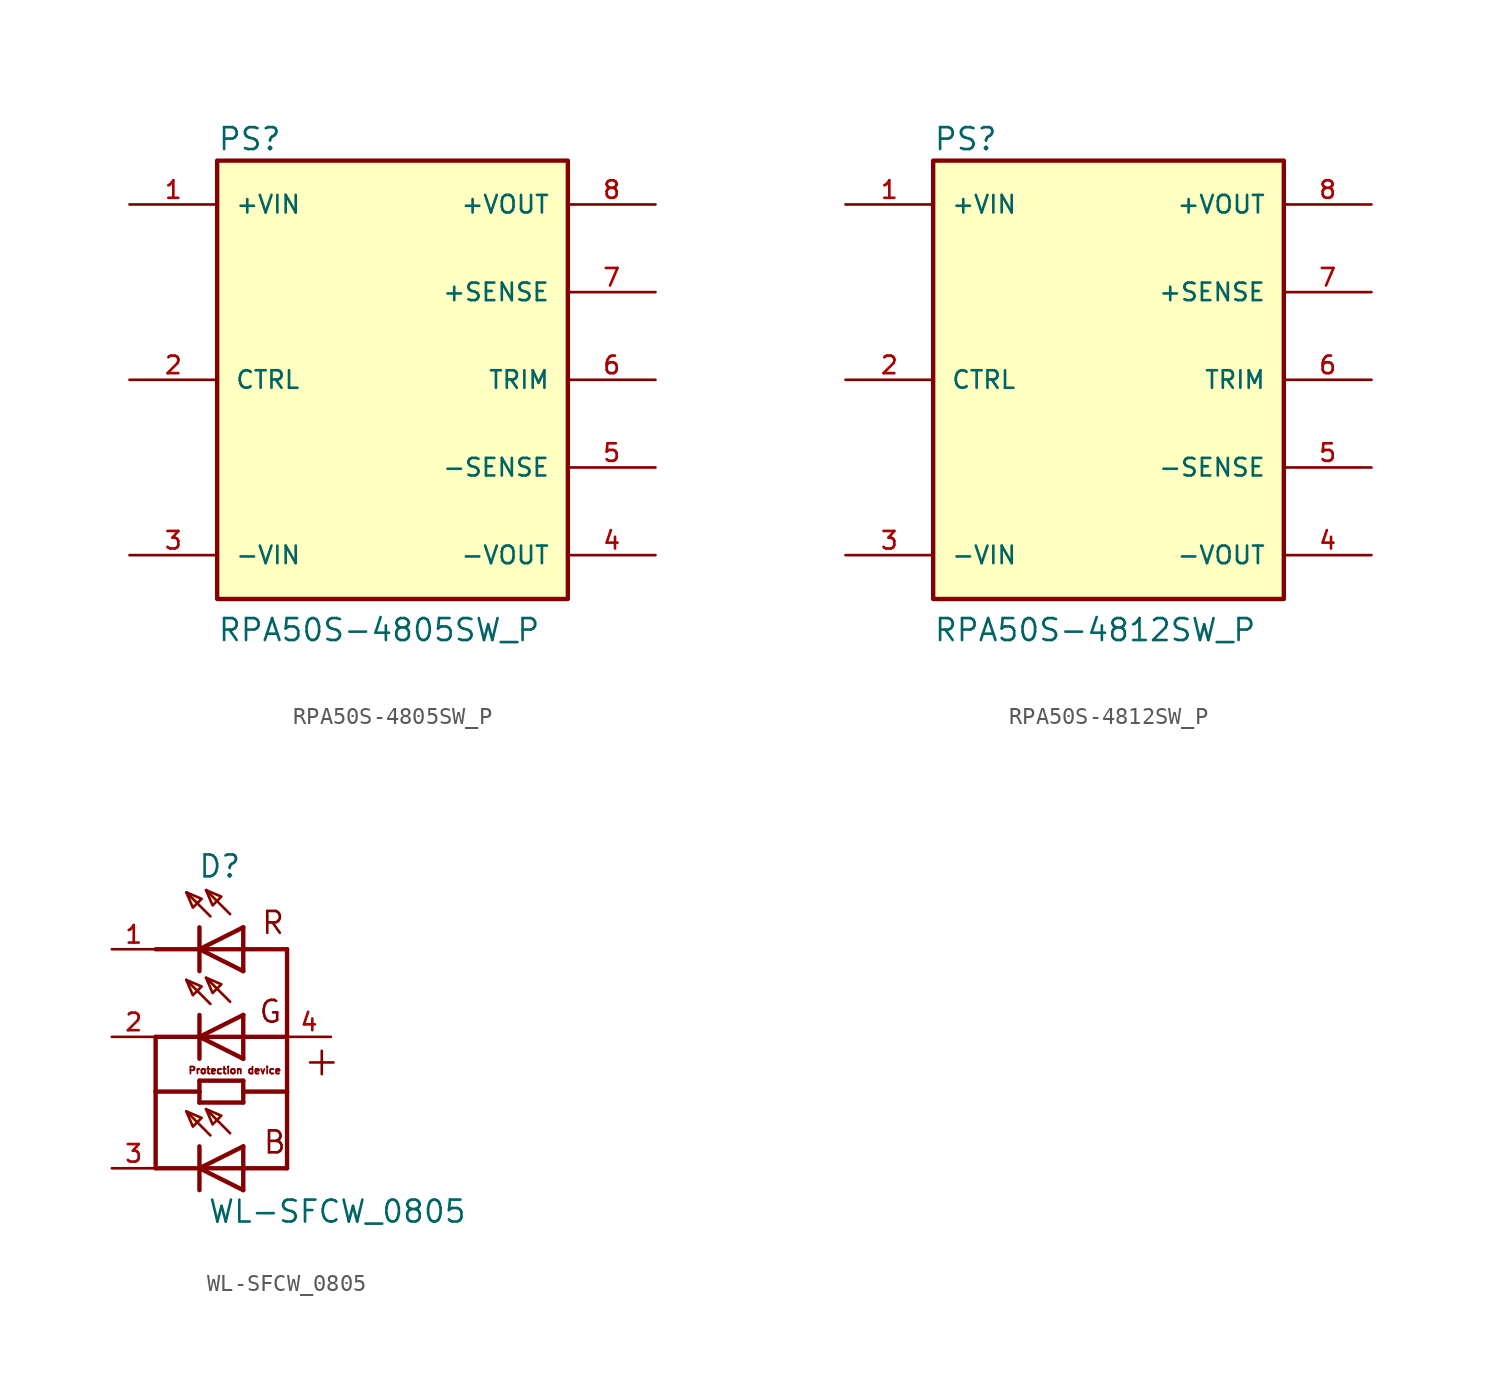
<source format=kicad_sym>
(kicad_symbol_lib
  (version 20211014)
  (generator kicad_symbol_editor)
  (symbol "RPA50S-4805SW_P"
    (pin_names
      (offset 1.016))
    (property "Reference" "PS"
      (at -10.16 13.208 0)
      (effects (font (size 1.27 1.27)) (justify left bottom)))
    (property "Value" "RPA50S-4805SW_P"
      (at -10.16 -15.24 0)
      (effects (font (size 1.27 1.27)) (justify left bottom)))
    (property "ki_locked" ""
      (at 0 0 0)
      (effects (font (size 1.27 1.27))))
    (symbol "RPA50S-4805SW_P_0_0"
      (rectangle (start -10.16 -12.7) (end 10.16 12.7) (stroke (width 0.254) (type default) (color 0 0 0 0)) (fill (type background)))
      (pin input line (at -15.24 10.16 0) (length 5.08) (name "+VIN" (effects (font (size 1.016 1.016)))) (number "1" (effects (font (size 1.016 1.016)))))
      (pin input line (at -15.24 0 0) (length 5.08) (name "CTRL" (effects (font (size 1.016 1.016)))) (number "2" (effects (font (size 1.016 1.016)))))
      (pin input line (at -15.24 -10.16 0) (length 5.08) (name "-VIN" (effects (font (size 1.016 1.016)))) (number "3" (effects (font (size 1.016 1.016)))))
      (pin output line (at 15.24 -10.16 180) (length 5.08) (name "-VOUT" (effects (font (size 1.016 1.016)))) (number "4" (effects (font (size 1.016 1.016)))))
      (pin input line (at 15.24 -5.08 180) (length 5.08) (name "-SENSE" (effects (font (size 1.016 1.016)))) (number "5" (effects (font (size 1.016 1.016)))))
      (pin passive line (at 15.24 0 180) (length 5.08) (name "TRIM" (effects (font (size 1.016 1.016)))) (number "6" (effects (font (size 1.016 1.016)))))
      (pin input line (at 15.24 5.08 180) (length 5.08) (name "+SENSE" (effects (font (size 1.016 1.016)))) (number "7" (effects (font (size 1.016 1.016)))))
      (pin output line (at 15.24 10.16 180) (length 5.08) (name "+VOUT" (effects (font (size 1.016 1.016)))) (number "8" (effects (font (size 1.016 1.016)))))))
  (symbol "RPA50S-4812SW_P"
    (pin_names
      (offset 1.016))
    (property "Reference" "PS"
      (at -10.16 13.208 0)
      (effects (font (size 1.27 1.27)) (justify left bottom)))
    (property "Value" "RPA50S-4812SW_P"
      (at -10.16 -15.24 0)
      (effects (font (size 1.27 1.27)) (justify left bottom)))
    (property "ki_locked" ""
      (at 0 0 0)
      (effects (font (size 1.27 1.27))))
    (symbol "RPA50S-4812SW_P_0_0"
      (rectangle (start -10.16 -12.7) (end 10.16 12.7) (stroke (width 0.254) (type default) (color 0 0 0 0)) (fill (type background)))
      (pin input line (at -15.24 10.16 0) (length 5.08) (name "+VIN" (effects (font (size 1.016 1.016)))) (number "1" (effects (font (size 1.016 1.016)))))
      (pin input line (at -15.24 0 0) (length 5.08) (name "CTRL" (effects (font (size 1.016 1.016)))) (number "2" (effects (font (size 1.016 1.016)))))
      (pin input line (at -15.24 -10.16 0) (length 5.08) (name "-VIN" (effects (font (size 1.016 1.016)))) (number "3" (effects (font (size 1.016 1.016)))))
      (pin output line (at 15.24 -10.16 180) (length 5.08) (name "-VOUT" (effects (font (size 1.016 1.016)))) (number "4" (effects (font (size 1.016 1.016)))))
      (pin bidirectional line (at 15.24 -5.08 180) (length 5.08) (name "-SENSE" (effects (font (size 1.016 1.016)))) (number "5" (effects (font (size 1.016 1.016)))))
      (pin passive line (at 15.24 0 180) (length 5.08) (name "TRIM" (effects (font (size 1.016 1.016)))) (number "6" (effects (font (size 1.016 1.016)))))
      (pin bidirectional line (at 15.24 5.08 180) (length 5.08) (name "+SENSE" (effects (font (size 1.016 1.016)))) (number "7" (effects (font (size 1.016 1.016)))))
      (pin output line (at 15.24 10.16 180) (length 5.08) (name "+VOUT" (effects (font (size 1.016 1.016)))) (number "8" (effects (font (size 1.016 1.016)))))))
  (symbol "WL-SFCW_0805"
    (pin_names
      (offset 1.016) hide)
    (property "Reference" "D"
      (at -2.642 14.224 0)
      (effects (font (size 1.27 1.27)) (justify left bottom)))
    (property "Value" "WL-SFCW_0805"
      (at -2.083 -5.791 0)
      (effects (font (size 1.27 1.27)) (justify left bottom)))
    (property "ki_locked" ""
      (at 0 0 0)
      (effects (font (size 1.27 1.27))))
    (symbol "WL-SFCW_0805_0_0"
      (polyline (pts (xy -5.08 1.905) (xy -5.08 -2.54)) (stroke (width 0.254) (type default) (color 0 0 0 0)) (fill (type none)))
      (polyline (pts (xy -5.08 1.905) (xy -2.54 1.905)) (stroke (width 0.254) (type default) (color 0 0 0 0)) (fill (type none)))
      (polyline (pts (xy -5.08 5.08) (xy -5.08 1.905)) (stroke (width 0.254) (type default) (color 0 0 0 0)) (fill (type none)))
      (polyline (pts (xy -2.54 -3.81) (xy -2.54 -2.54)) (stroke (width 0.254) (type default) (color 0 0 0 0)) (fill (type none)))
      (polyline (pts (xy -2.54 -2.54) (xy -5.08 -2.54)) (stroke (width 0.254) (type default) (color 0 0 0 0)) (fill (type none)))
      (polyline (pts (xy -2.54 -2.54) (xy -2.54 -1.27)) (stroke (width 0.254) (type default) (color 0 0 0 0)) (fill (type none)))
      (polyline (pts (xy -2.54 -2.54) (xy 0 -2.54)) (stroke (width 0.254) (type default) (color 0 0 0 0)) (fill (type none)))
      (polyline (pts (xy -2.54 -2.54) (xy 0 -1.27)) (stroke (width 0.254) (type default) (color 0 0 0 0)) (fill (type none)))
      (polyline (pts (xy -2.54 1.27) (xy -2.54 1.905)) (stroke (width 0.254) (type default) (color 0 0 0 0)) (fill (type none)))
      (polyline (pts (xy -2.54 1.905) (xy -2.54 2.54)) (stroke (width 0.254) (type default) (color 0 0 0 0)) (fill (type none)))
      (polyline (pts (xy -2.54 2.54) (xy 0 2.54)) (stroke (width 0.254) (type default) (color 0 0 0 0)) (fill (type none)))
      (polyline (pts (xy -2.54 3.81) (xy -2.54 5.08)) (stroke (width 0.254) (type default) (color 0 0 0 0)) (fill (type none)))
      (polyline (pts (xy -2.54 5.08) (xy -5.08 5.08)) (stroke (width 0.254) (type default) (color 0 0 0 0)) (fill (type none)))
      (polyline (pts (xy -2.54 5.08) (xy -2.54 6.35)) (stroke (width 0.254) (type default) (color 0 0 0 0)) (fill (type none)))
      (polyline (pts (xy -2.54 5.08) (xy 0 5.08)) (stroke (width 0.254) (type default) (color 0 0 0 0)) (fill (type none)))
      (polyline (pts (xy -2.54 5.08) (xy 0 6.35)) (stroke (width 0.254) (type default) (color 0 0 0 0)) (fill (type none)))
      (polyline (pts (xy -2.54 8.89) (xy -2.54 10.16)) (stroke (width 0.254) (type default) (color 0 0 0 0)) (fill (type none)))
      (polyline (pts (xy -2.54 10.16) (xy -5.08 10.16)) (stroke (width 0.254) (type default) (color 0 0 0 0)) (fill (type none)))
      (polyline (pts (xy -2.54 10.16) (xy -2.54 11.43)) (stroke (width 0.254) (type default) (color 0 0 0 0)) (fill (type none)))
      (polyline (pts (xy -2.54 10.16) (xy 0 10.16)) (stroke (width 0.254) (type default) (color 0 0 0 0)) (fill (type none)))
      (polyline (pts (xy -2.54 10.16) (xy 0 11.43)) (stroke (width 0.254) (type default) (color 0 0 0 0)) (fill (type none)))
      (polyline (pts (xy -1.905 -0.635) (xy -3.302 0.762)) (stroke (width 0.152) (type default) (color 0 0 0 0)) (fill (type none)))
      (polyline (pts (xy -1.905 6.985) (xy -3.302 8.382)) (stroke (width 0.152) (type default) (color 0 0 0 0)) (fill (type none)))
      (polyline (pts (xy -1.905 12.065) (xy -3.302 13.462)) (stroke (width 0.152) (type default) (color 0 0 0 0)) (fill (type none)))
      (polyline (pts (xy -0.762 -0.508) (xy -2.159 0.889)) (stroke (width 0.152) (type default) (color 0 0 0 0)) (fill (type none)))
      (polyline (pts (xy -0.762 7.112) (xy -2.159 8.509)) (stroke (width 0.152) (type default) (color 0 0 0 0)) (fill (type none)))
      (polyline (pts (xy -0.762 12.192) (xy -2.159 13.589)) (stroke (width 0.152) (type default) (color 0 0 0 0)) (fill (type none)))
      (polyline (pts (xy 0 -3.81) (xy -2.54 -2.54)) (stroke (width 0.254) (type default) (color 0 0 0 0)) (fill (type none)))
      (polyline (pts (xy 0 -3.81) (xy 0 -2.54)) (stroke (width 0.254) (type default) (color 0 0 0 0)) (fill (type none)))
      (polyline (pts (xy 0 -2.54) (xy 0 -1.27)) (stroke (width 0.254) (type default) (color 0 0 0 0)) (fill (type none)))
      (polyline (pts (xy 0 -2.54) (xy 2.54 -2.54)) (stroke (width 0.254) (type default) (color 0 0 0 0)) (fill (type none)))
      (polyline (pts (xy 0 1.27) (xy -2.54 1.27)) (stroke (width 0.254) (type default) (color 0 0 0 0)) (fill (type none)))
      (polyline (pts (xy 0 1.905) (xy 0 1.27)) (stroke (width 0.254) (type default) (color 0 0 0 0)) (fill (type none)))
      (polyline (pts (xy 0 1.905) (xy 2.54 1.905)) (stroke (width 0.254) (type default) (color 0 0 0 0)) (fill (type none)))
      (polyline (pts (xy 0 2.54) (xy 0 1.905)) (stroke (width 0.254) (type default) (color 0 0 0 0)) (fill (type none)))
      (polyline (pts (xy 0 3.81) (xy -2.54 5.08)) (stroke (width 0.254) (type default) (color 0 0 0 0)) (fill (type none)))
      (polyline (pts (xy 0 3.81) (xy 0 5.08)) (stroke (width 0.254) (type default) (color 0 0 0 0)) (fill (type none)))
      (polyline (pts (xy 0 5.08) (xy 0 6.35)) (stroke (width 0.254) (type default) (color 0 0 0 0)) (fill (type none)))
      (polyline (pts (xy 0 5.08) (xy 2.54 5.08)) (stroke (width 0.254) (type default) (color 0 0 0 0)) (fill (type none)))
      (polyline (pts (xy 0 8.89) (xy -2.54 10.16)) (stroke (width 0.254) (type default) (color 0 0 0 0)) (fill (type none)))
      (polyline (pts (xy 0 8.89) (xy 0 10.16)) (stroke (width 0.254) (type default) (color 0 0 0 0)) (fill (type none)))
      (polyline (pts (xy 0 10.16) (xy 0 11.43)) (stroke (width 0.254) (type default) (color 0 0 0 0)) (fill (type none)))
      (polyline (pts (xy 2.54 -2.54) (xy 2.54 1.905)) (stroke (width 0.254) (type default) (color 0 0 0 0)) (fill (type none)))
      (polyline (pts (xy 2.54 1.905) (xy 2.54 5.08)) (stroke (width 0.254) (type default) (color 0 0 0 0)) (fill (type none)))
      (polyline (pts (xy 2.54 5.08) (xy 2.54 10.16)) (stroke (width 0.254) (type default) (color 0 0 0 0)) (fill (type none)))
      (polyline (pts (xy 2.54 10.16) (xy 0 10.16)) (stroke (width 0.254) (type default) (color 0 0 0 0)) (fill (type none)))
      (polyline (pts (xy -3.302 0.762) (xy -2.413 0.381) (xy -2.921 -0.127) (xy -3.302 0.762)) (stroke (width 0.152) (type default) (color 0 0 0 0)) (fill (type background)))
      (polyline (pts (xy -3.302 8.382) (xy -2.413 8.001) (xy -2.921 7.493) (xy -3.302 8.382)) (stroke (width 0.152) (type default) (color 0 0 0 0)) (fill (type background)))
      (polyline (pts (xy -3.302 13.462) (xy -2.413 13.081) (xy -2.921 12.573) (xy -3.302 13.462)) (stroke (width 0.152) (type default) (color 0 0 0 0)) (fill (type background)))
      (polyline (pts (xy -2.159 0.889) (xy -1.27 0.508) (xy -1.778 0) (xy -2.159 0.889)) (stroke (width 0.152) (type default) (color 0 0 0 0)) (fill (type background)))
      (polyline (pts (xy -2.159 8.509) (xy -1.27 8.128) (xy -1.778 7.62) (xy -2.159 8.509)) (stroke (width 0.152) (type default) (color 0 0 0 0)) (fill (type background)))
      (polyline (pts (xy -2.159 13.589) (xy -1.27 13.208) (xy -1.778 12.7) (xy -2.159 13.589)) (stroke (width 0.152) (type default) (color 0 0 0 0)) (fill (type background)))
      (text "+" (at 3.353 2.692 0) (effects (font (size 1.778 1.778)) (justify left bottom)))
      (text "B" (at 1.092 -1.778 0) (effects (font (size 1.27 1.27)) (justify left bottom)))
      (text "G" (at 0.838 5.791 0) (effects (font (size 1.27 1.27)) (justify left bottom)))
      (text "Protection device" (at -3.226 2.896 0) (effects (font (size 0.406 0.406)) (justify left bottom)))
      (text "R" (at 0.991 10.947 0) (effects (font (size 1.27 1.27)) (justify left bottom)))
      (pin passive line (at -7.62 10.16 0) (length 2.54) (name "~" (effects (font (size 1.016 1.016)))) (number "1" (effects (font (size 1.016 1.016)))))
      (pin passive line (at -7.62 5.08 0) (length 2.54) (name "~" (effects (font (size 1.016 1.016)))) (number "2" (effects (font (size 1.016 1.016)))))
      (pin passive line (at -7.62 -2.54 0) (length 2.54) (name "~" (effects (font (size 1.016 1.016)))) (number "3" (effects (font (size 1.016 1.016)))))
      (pin passive line (at 5.08 5.08 180) (length 2.54) (name "~" (effects (font (size 1.016 1.016)))) (number "4" (effects (font (size 1.016 1.016))))))))
</source>
